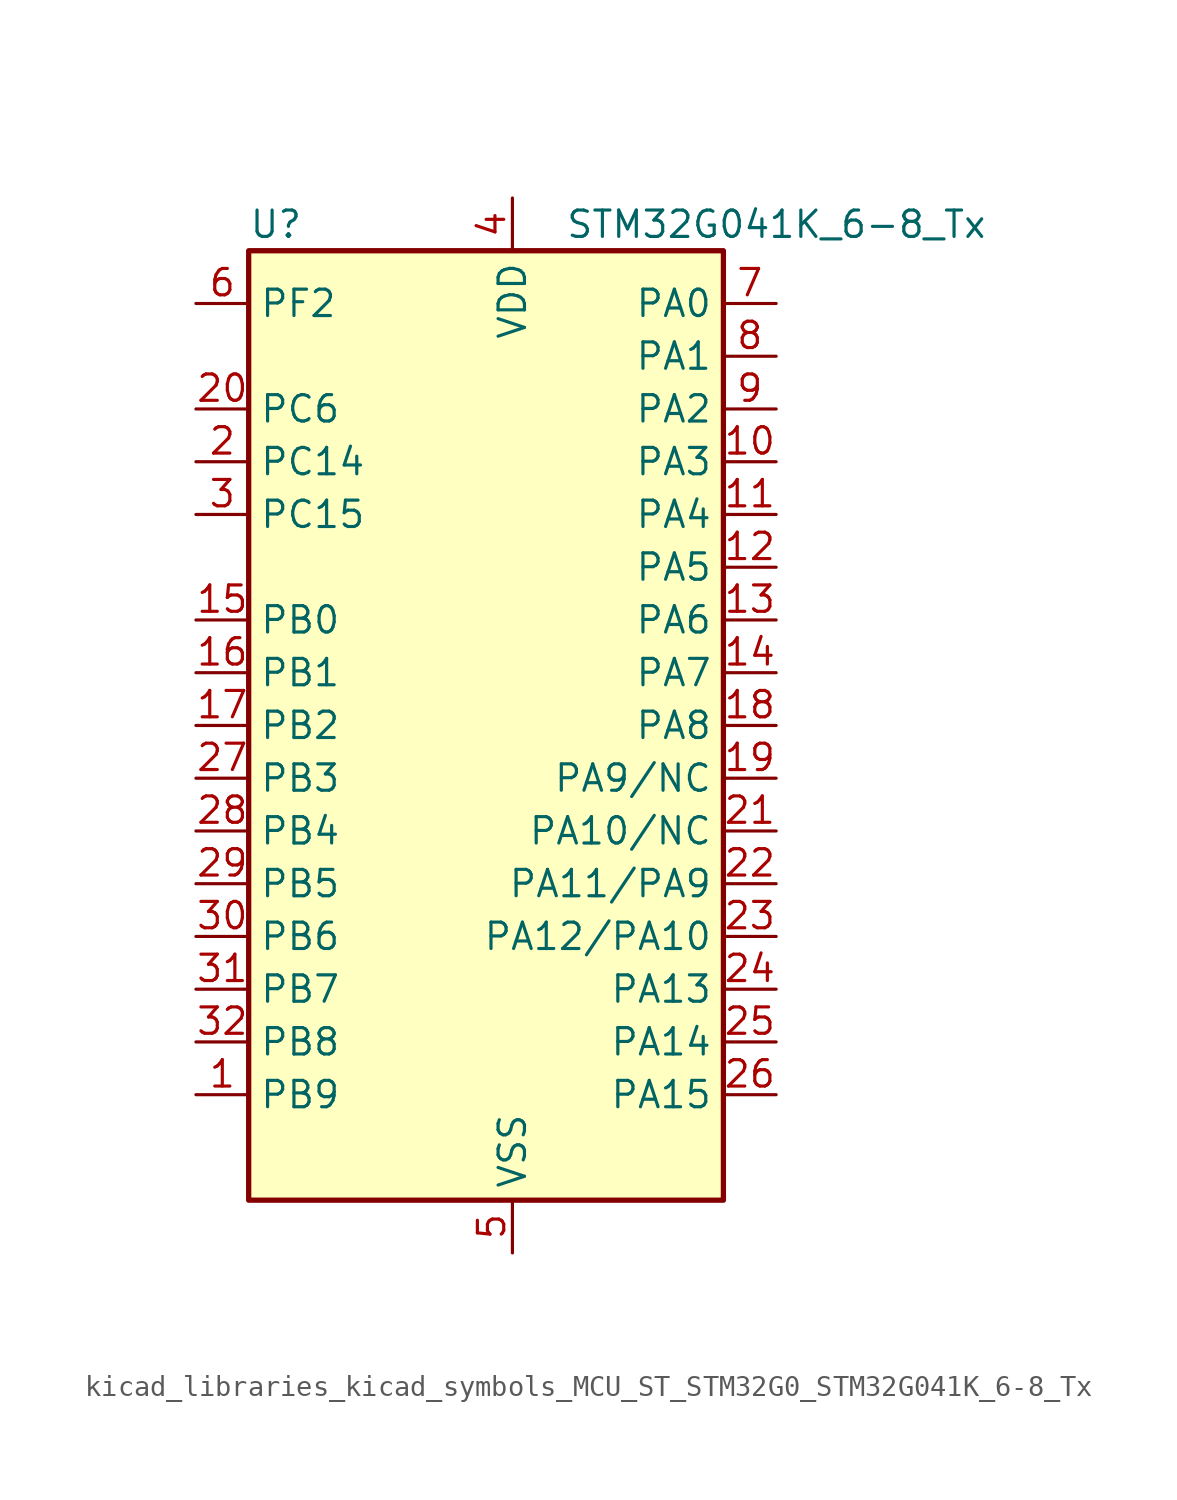
<source format=kicad_sym>
(kicad_symbol_lib
  (version 20220914)
  (generator kicad_symbol_editor)
  (symbol "kicad_libraries_kicad_symbols_MCU_ST_STM32G0_STM32G041K_6-8_Tx"
    (property "Reference" "U"
      (at -10.16 24.13 0)
      (effects (font (size 1.27 1.27)) (justify left)))
    (property "Value" "STM32G041K_6-8_Tx"
      (at 5.08 24.13 0)
      (effects (font (size 1.27 1.27)) (justify left)))
    (property "ki_locked" ""
      (at 0 0 0)
      (effects (font (size 1.27 1.27))))
    (symbol "kicad_libraries_kicad_symbols_MCU_ST_STM32G0_STM32G041K_6-8_Tx_0_1"
      (rectangle (start -10.16 -22.86) (end 12.7 22.86) (stroke (width 0.254) (type default)) (fill (type background))))
    (symbol "kicad_libraries_kicad_symbols_MCU_ST_STM32G0_STM32G041K_6-8_Tx_1_1"
      (pin bidirectional line (at -12.7 -17.78 0) (length 2.54) (name "PB9" (effects (font (size 1.27 1.27)))) (number "1" (effects (font (size 1.27 1.27)))) (alternate "I2C1_SDA" bidirectional line) (alternate "IR_OUT" bidirectional line) (alternate "SPI2_NSS" bidirectional line) (alternate "TIM17_CH1" bidirectional line))
      (pin bidirectional line (at 15.24 12.7 180) (length 2.54) (name "PA3" (effects (font (size 1.27 1.27)))) (number "10" (effects (font (size 1.27 1.27)))) (alternate "ADC1_IN3" bidirectional line) (alternate "LPUART1_RX" bidirectional line) (alternate "SPI2_MISO" bidirectional line) (alternate "TIM2_CH4" bidirectional line) (alternate "USART2_RX" bidirectional line))
      (pin bidirectional line (at 15.24 10.16 180) (length 2.54) (name "PA4" (effects (font (size 1.27 1.27)))) (number "11" (effects (font (size 1.27 1.27)))) (alternate "ADC1_IN4" bidirectional line) (alternate "I2S1_WS" bidirectional line) (alternate "LPTIM2_OUT" bidirectional line) (alternate "RTC_OUT_ALARM" bidirectional line) (alternate "RTC_OUT_CALIB" bidirectional line) (alternate "RTC_TAMP_IN1" bidirectional line) (alternate "RTC_TS" bidirectional line) (alternate "SPI1_NSS" bidirectional line) (alternate "SPI2_MOSI" bidirectional line) (alternate "SYS_WKUP2" bidirectional line) (alternate "TIM14_CH1" bidirectional line))
      (pin bidirectional line (at 15.24 7.62 180) (length 2.54) (name "PA5" (effects (font (size 1.27 1.27)))) (number "12" (effects (font (size 1.27 1.27)))) (alternate "ADC1_IN5" bidirectional line) (alternate "I2S1_CK" bidirectional line) (alternate "LPTIM2_ETR" bidirectional line) (alternate "SPI1_SCK" bidirectional line) (alternate "TIM2_CH1" bidirectional line) (alternate "TIM2_ETR" bidirectional line))
      (pin bidirectional line (at 15.24 5.08 180) (length 2.54) (name "PA6" (effects (font (size 1.27 1.27)))) (number "13" (effects (font (size 1.27 1.27)))) (alternate "ADC1_IN6" bidirectional line) (alternate "I2S1_MCK" bidirectional line) (alternate "LPUART1_CTS" bidirectional line) (alternate "SPI1_MISO" bidirectional line) (alternate "TIM16_CH1" bidirectional line) (alternate "TIM1_BK" bidirectional line) (alternate "TIM3_CH1" bidirectional line))
      (pin bidirectional line (at 15.24 2.54 180) (length 2.54) (name "PA7" (effects (font (size 1.27 1.27)))) (number "14" (effects (font (size 1.27 1.27)))) (alternate "ADC1_IN7" bidirectional line) (alternate "I2S1_SD" bidirectional line) (alternate "SPI1_MOSI" bidirectional line) (alternate "TIM14_CH1" bidirectional line) (alternate "TIM17_CH1" bidirectional line) (alternate "TIM1_CH1N" bidirectional line) (alternate "TIM3_CH2" bidirectional line))
      (pin bidirectional line (at -12.7 5.08 0) (length 2.54) (name "PB0" (effects (font (size 1.27 1.27)))) (number "15" (effects (font (size 1.27 1.27)))) (alternate "ADC1_IN8" bidirectional line) (alternate "I2S1_WS" bidirectional line) (alternate "LPTIM1_OUT" bidirectional line) (alternate "SPI1_NSS" bidirectional line) (alternate "TIM1_CH2N" bidirectional line) (alternate "TIM3_CH3" bidirectional line))
      (pin bidirectional line (at -12.7 2.54 0) (length 2.54) (name "PB1" (effects (font (size 1.27 1.27)))) (number "16" (effects (font (size 1.27 1.27)))) (alternate "ADC1_IN9" bidirectional line) (alternate "LPTIM2_IN1" bidirectional line) (alternate "LPUART1_DE" bidirectional line) (alternate "LPUART1_RTS" bidirectional line) (alternate "TIM14_CH1" bidirectional line) (alternate "TIM1_CH3N" bidirectional line) (alternate "TIM3_CH4" bidirectional line))
      (pin bidirectional line (at -12.7 0 0) (length 2.54) (name "PB2" (effects (font (size 1.27 1.27)))) (number "17" (effects (font (size 1.27 1.27)))) (alternate "ADC1_IN10" bidirectional line) (alternate "LPTIM1_OUT" bidirectional line) (alternate "SPI2_MISO" bidirectional line))
      (pin bidirectional line (at 15.24 0 180) (length 2.54) (name "PA8" (effects (font (size 1.27 1.27)))) (number "18" (effects (font (size 1.27 1.27)))) (alternate "LPTIM2_OUT" bidirectional line) (alternate "RCC_MCO" bidirectional line) (alternate "SPI2_NSS" bidirectional line) (alternate "TIM1_CH1" bidirectional line))
      (pin bidirectional line (at 15.24 -2.54 180) (length 2.54) (name "PA9/NC" (effects (font (size 1.27 1.27)))) (number "19" (effects (font (size 1.27 1.27)))) (alternate "I2C1_SCL" bidirectional line) (alternate "RCC_MCO" bidirectional line) (alternate "SPI2_MISO" bidirectional line) (alternate "TIM1_CH2" bidirectional line) (alternate "USART1_TX" bidirectional line))
      (pin bidirectional line (at -12.7 12.7 0) (length 2.54) (name "PC14" (effects (font (size 1.27 1.27)))) (number "2" (effects (font (size 1.27 1.27)))) (alternate "RCC_OSC32_IN" bidirectional line) (alternate "RCC_OSC_IN" bidirectional line) (alternate "TIM1_BK2" bidirectional line))
      (pin bidirectional line (at -12.7 15.24 0) (length 2.54) (name "PC6" (effects (font (size 1.27 1.27)))) (number "20" (effects (font (size 1.27 1.27)))) (alternate "TIM2_CH3" bidirectional line) (alternate "TIM3_CH1" bidirectional line))
      (pin bidirectional line (at 15.24 -5.08 180) (length 2.54) (name "PA10/NC" (effects (font (size 1.27 1.27)))) (number "21" (effects (font (size 1.27 1.27)))) (alternate "I2C1_SDA" bidirectional line) (alternate "SPI2_MOSI" bidirectional line) (alternate "TIM17_BK" bidirectional line) (alternate "TIM1_CH3" bidirectional line) (alternate "USART1_RX" bidirectional line))
      (pin bidirectional line (at 15.24 -7.62 180) (length 2.54) (name "PA11/PA9" (effects (font (size 1.27 1.27)))) (number "22" (effects (font (size 1.27 1.27)))) (alternate "ADC1_EXTI11" bidirectional line) (alternate "ADC1_IN15" bidirectional line) (alternate "I2C2_SCL" bidirectional line) (alternate "I2S1_MCK" bidirectional line) (alternate "SPI1_MISO" bidirectional line) (alternate "TIM1_BK2" bidirectional line) (alternate "TIM1_CH4" bidirectional line) (alternate "USART1_CTS" bidirectional line) (alternate "USART1_NSS" bidirectional line))
      (pin bidirectional line (at 15.24 -10.16 180) (length 2.54) (name "PA12/PA10" (effects (font (size 1.27 1.27)))) (number "23" (effects (font (size 1.27 1.27)))) (alternate "ADC1_IN16" bidirectional line) (alternate "I2C2_SDA" bidirectional line) (alternate "I2S1_SD" bidirectional line) (alternate "I2S_CKIN" bidirectional line) (alternate "SPI1_MOSI" bidirectional line) (alternate "TIM1_ETR" bidirectional line) (alternate "USART1_CK" bidirectional line) (alternate "USART1_DE" bidirectional line) (alternate "USART1_RTS" bidirectional line))
      (pin bidirectional line (at 15.24 -12.7 180) (length 2.54) (name "PA13" (effects (font (size 1.27 1.27)))) (number "24" (effects (font (size 1.27 1.27)))) (alternate "ADC1_IN17" bidirectional line) (alternate "IR_OUT" bidirectional line) (alternate "SYS_SWDIO" bidirectional line))
      (pin bidirectional line (at 15.24 -15.24 180) (length 2.54) (name "PA14" (effects (font (size 1.27 1.27)))) (number "25" (effects (font (size 1.27 1.27)))) (alternate "ADC1_IN18" bidirectional line) (alternate "SYS_SWCLK" bidirectional line) (alternate "USART2_TX" bidirectional line))
      (pin bidirectional line (at 15.24 -17.78 180) (length 2.54) (name "PA15" (effects (font (size 1.27 1.27)))) (number "26" (effects (font (size 1.27 1.27)))) (alternate "I2S1_WS" bidirectional line) (alternate "SPI1_NSS" bidirectional line) (alternate "TIM2_CH1" bidirectional line) (alternate "TIM2_ETR" bidirectional line) (alternate "USART2_RX" bidirectional line))
      (pin bidirectional line (at -12.7 -2.54 0) (length 2.54) (name "PB3" (effects (font (size 1.27 1.27)))) (number "27" (effects (font (size 1.27 1.27)))) (alternate "I2S1_CK" bidirectional line) (alternate "SPI1_SCK" bidirectional line) (alternate "TIM1_CH2" bidirectional line) (alternate "TIM2_CH2" bidirectional line) (alternate "USART1_CK" bidirectional line) (alternate "USART1_DE" bidirectional line) (alternate "USART1_RTS" bidirectional line))
      (pin bidirectional line (at -12.7 -5.08 0) (length 2.54) (name "PB4" (effects (font (size 1.27 1.27)))) (number "28" (effects (font (size 1.27 1.27)))) (alternate "I2S1_MCK" bidirectional line) (alternate "SPI1_MISO" bidirectional line) (alternate "TIM17_BK" bidirectional line) (alternate "TIM3_CH1" bidirectional line) (alternate "USART1_CTS" bidirectional line) (alternate "USART1_NSS" bidirectional line))
      (pin bidirectional line (at -12.7 -7.62 0) (length 2.54) (name "PB5" (effects (font (size 1.27 1.27)))) (number "29" (effects (font (size 1.27 1.27)))) (alternate "I2C1_SMBA" bidirectional line) (alternate "I2S1_SD" bidirectional line) (alternate "LPTIM1_IN1" bidirectional line) (alternate "SPI1_MOSI" bidirectional line) (alternate "SYS_WKUP6" bidirectional line) (alternate "TIM16_BK" bidirectional line) (alternate "TIM3_CH2" bidirectional line))
      (pin bidirectional line (at -12.7 10.16 0) (length 2.54) (name "PC15" (effects (font (size 1.27 1.27)))) (number "3" (effects (font (size 1.27 1.27)))) (alternate "RCC_OSC32_EN" bidirectional line) (alternate "RCC_OSC32_OUT" bidirectional line) (alternate "RCC_OSC_EN" bidirectional line))
      (pin bidirectional line (at -12.7 -10.16 0) (length 2.54) (name "PB6" (effects (font (size 1.27 1.27)))) (number "30" (effects (font (size 1.27 1.27)))) (alternate "I2C1_SCL" bidirectional line) (alternate "LPTIM1_ETR" bidirectional line) (alternate "SPI2_MISO" bidirectional line) (alternate "TIM16_CH1N" bidirectional line) (alternate "TIM1_CH3" bidirectional line) (alternate "USART1_TX" bidirectional line))
      (pin bidirectional line (at -12.7 -12.7 0) (length 2.54) (name "PB7" (effects (font (size 1.27 1.27)))) (number "31" (effects (font (size 1.27 1.27)))) (alternate "ADC1_IN11" bidirectional line) (alternate "I2C1_SDA" bidirectional line) (alternate "LPTIM1_IN2" bidirectional line) (alternate "SPI2_MOSI" bidirectional line) (alternate "SYS_PVD_IN" bidirectional line) (alternate "TIM17_CH1N" bidirectional line) (alternate "USART1_RX" bidirectional line))
      (pin bidirectional line (at -12.7 -15.24 0) (length 2.54) (name "PB8" (effects (font (size 1.27 1.27)))) (number "32" (effects (font (size 1.27 1.27)))) (alternate "I2C1_SCL" bidirectional line) (alternate "SPI2_SCK" bidirectional line) (alternate "TIM16_CH1" bidirectional line))
      (pin power_in line (at 2.54 25.4 270) (length 2.54) (name "VDD" (effects (font (size 1.27 1.27)))) (number "4" (effects (font (size 1.27 1.27)))))
      (pin power_in line (at 2.54 -25.4 90) (length 2.54) (name "VSS" (effects (font (size 1.27 1.27)))) (number "5" (effects (font (size 1.27 1.27)))))
      (pin bidirectional line (at -12.7 20.32 0) (length 2.54) (name "PF2" (effects (font (size 1.27 1.27)))) (number "6" (effects (font (size 1.27 1.27)))) (alternate "RCC_MCO" bidirectional line))
      (pin bidirectional line (at 15.24 20.32 180) (length 2.54) (name "PA0" (effects (font (size 1.27 1.27)))) (number "7" (effects (font (size 1.27 1.27)))) (alternate "ADC1_IN0" bidirectional line) (alternate "LPTIM1_OUT" bidirectional line) (alternate "RTC_TAMP_IN2" bidirectional line) (alternate "SPI2_SCK" bidirectional line) (alternate "SYS_WKUP1" bidirectional line) (alternate "TIM2_CH1" bidirectional line) (alternate "TIM2_ETR" bidirectional line) (alternate "USART2_CTS" bidirectional line) (alternate "USART2_NSS" bidirectional line))
      (pin bidirectional line (at 15.24 17.78 180) (length 2.54) (name "PA1" (effects (font (size 1.27 1.27)))) (number "8" (effects (font (size 1.27 1.27)))) (alternate "ADC1_IN1" bidirectional line) (alternate "I2C1_SMBA" bidirectional line) (alternate "I2S1_CK" bidirectional line) (alternate "SPI1_SCK" bidirectional line) (alternate "TIM2_CH2" bidirectional line) (alternate "USART2_CK" bidirectional line) (alternate "USART2_DE" bidirectional line) (alternate "USART2_RTS" bidirectional line))
      (pin bidirectional line (at 15.24 15.24 180) (length 2.54) (name "PA2" (effects (font (size 1.27 1.27)))) (number "9" (effects (font (size 1.27 1.27)))) (alternate "ADC1_IN2" bidirectional line) (alternate "I2S1_SD" bidirectional line) (alternate "LPUART1_TX" bidirectional line) (alternate "RCC_LSCO" bidirectional line) (alternate "SPI1_MOSI" bidirectional line) (alternate "SYS_WKUP4" bidirectional line) (alternate "TIM2_CH3" bidirectional line) (alternate "USART2_TX" bidirectional line)))))
</source>
